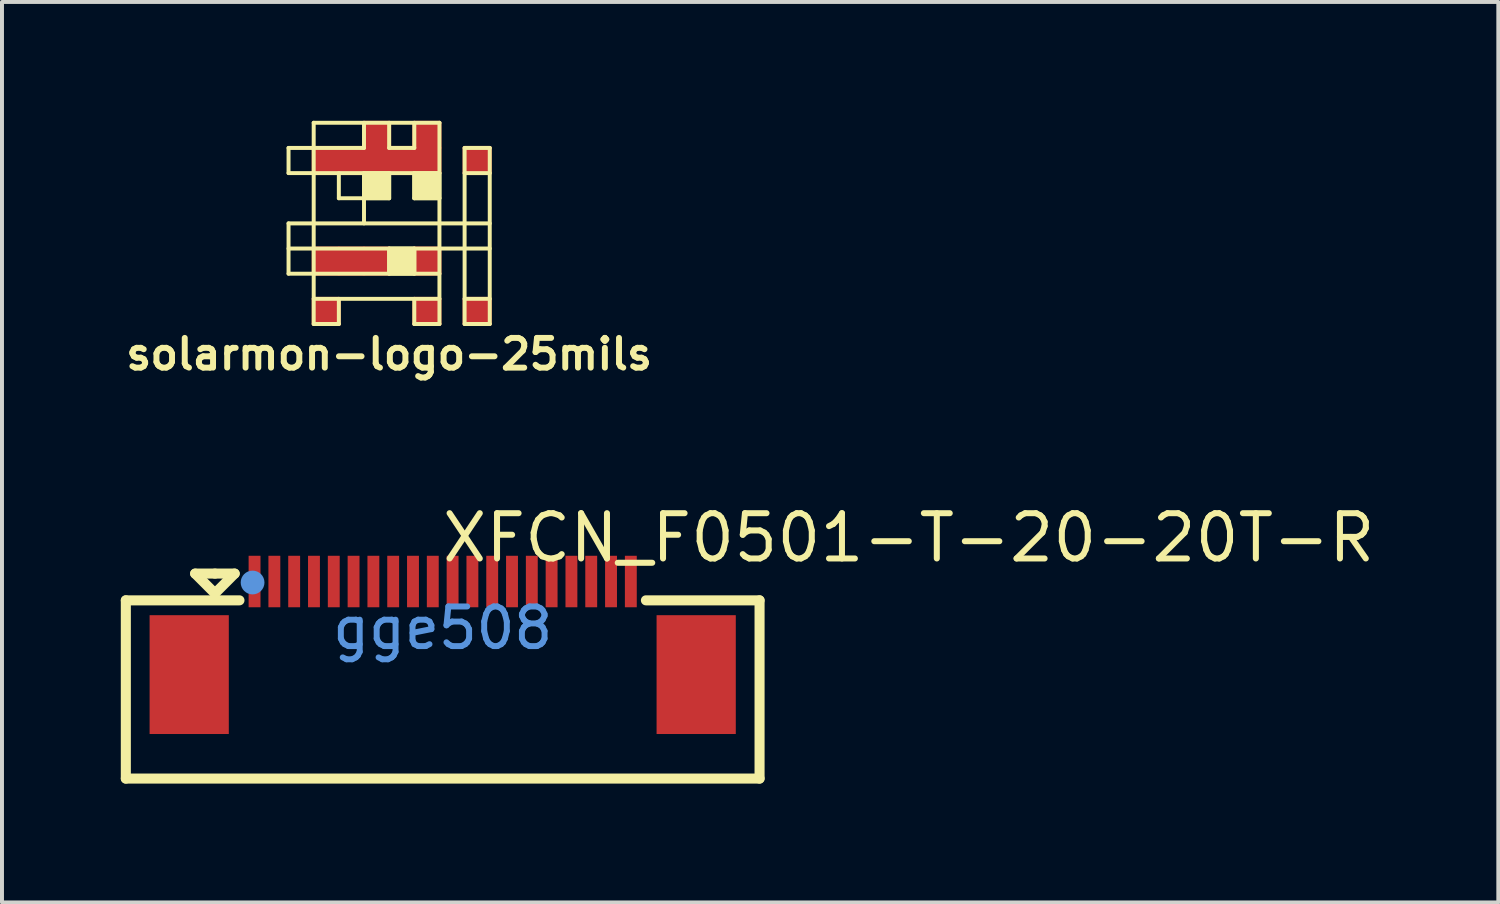
<source format=kicad_pcb>
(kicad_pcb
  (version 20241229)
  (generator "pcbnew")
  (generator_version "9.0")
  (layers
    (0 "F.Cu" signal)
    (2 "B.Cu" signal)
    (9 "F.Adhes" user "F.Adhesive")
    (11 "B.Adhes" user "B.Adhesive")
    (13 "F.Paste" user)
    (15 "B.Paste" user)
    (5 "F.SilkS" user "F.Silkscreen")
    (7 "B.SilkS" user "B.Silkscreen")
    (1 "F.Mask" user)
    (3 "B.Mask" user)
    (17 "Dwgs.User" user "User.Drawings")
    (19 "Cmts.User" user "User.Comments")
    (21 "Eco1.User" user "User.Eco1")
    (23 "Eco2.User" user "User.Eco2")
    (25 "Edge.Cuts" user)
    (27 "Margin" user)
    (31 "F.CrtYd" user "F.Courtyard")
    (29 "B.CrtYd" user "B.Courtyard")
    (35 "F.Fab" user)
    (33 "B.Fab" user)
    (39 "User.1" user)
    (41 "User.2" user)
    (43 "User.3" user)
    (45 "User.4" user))
  (footprint "XFCN_F0501-T-20-20T-R"
    (layer "F.Cu")
    (at 8.127 12.807)
    (property "Reference" "XFCN_F0501-T-20-20T-R" (at -0.089 -2.278 0) (layer "F.SilkS") (effects (font (size 1.143 1.143) (thickness 0.152)) (justify left)))
    (attr smd)
    (fp_line (start -8 -0.7) (end -8 3.8) (stroke (width 0.254) (type solid)) (layer "F.SilkS"))
    (fp_line (start -8 3.8) (end 8 3.8) (stroke (width 0.254) (type solid)) (layer "F.SilkS"))
    (fp_line (start -6.25 -1.375) (end -5.75 -1.375) (stroke (width 0.254) (type solid)) (layer "F.SilkS"))
    (fp_line (start -5.75 -1.375) (end -5.252 -1.375) (stroke (width 0.254) (type solid)) (layer "F.SilkS"))
    (fp_line (start -5.75 -0.875) (end -6.25 -1.375) (stroke (width 0.254) (type solid)) (layer "F.SilkS"))
    (fp_line (start -5.252 -1.375) (end -5.75 -0.875) (stroke (width 0.254) (type solid)) (layer "F.SilkS"))
    (fp_line (start -5.131 -0.7) (end -8 -0.7) (stroke (width 0.254) (type solid)) (layer "F.SilkS"))
    (fp_line (start 8 -0.7) (end 5.131 -0.7) (stroke (width 0.254) (type solid)) (layer "F.SilkS"))
    (fp_line (start 8 3.8) (end 8 -0.7) (stroke (width 0.254) (type solid)) (layer "F.SilkS"))
    (fp_circle (center -4.8 -1.15) (end -4.65 -1.15) (stroke (width 0.3) (type solid)) (fill no) (layer "Cmts.User"))
    (fp_text user "gge508" (at 0 0 0) (layer "Cmts.User") (effects (font (size 1 1) (thickness 0.15))))
    (pad "1" smd rect (at -4.75 -1.175) (size 0.3 1.3) (layers "F.Cu" "F.Mask" "F.Paste"))
    (pad "2" smd rect (at -4.25 -1.175) (size 0.3 1.3) (layers "F.Cu" "F.Mask" "F.Paste"))
    (pad "3" smd rect (at -3.75 -1.175) (size 0.3 1.3) (layers "F.Cu" "F.Mask" "F.Paste"))
    (pad "4" smd rect (at -3.25 -1.175) (size 0.3 1.3) (layers "F.Cu" "F.Mask" "F.Paste"))
    (pad "5" smd rect (at -2.75 -1.175) (size 0.3 1.3) (layers "F.Cu" "F.Mask" "F.Paste"))
    (pad "6" smd rect (at -2.25 -1.175) (size 0.3 1.3) (layers "F.Cu" "F.Mask" "F.Paste"))
    (pad "7" smd rect (at -1.75 -1.175) (size 0.3 1.3) (layers "F.Cu" "F.Mask" "F.Paste"))
    (pad "8" smd rect (at -1.25 -1.175) (size 0.3 1.3) (layers "F.Cu" "F.Mask" "F.Paste"))
    (pad "9" smd rect (at -0.75 -1.175) (size 0.3 1.3) (layers "F.Cu" "F.Mask" "F.Paste"))
    (pad "10" smd rect (at -0.25 -1.175) (size 0.3 1.3) (layers "F.Cu" "F.Mask" "F.Paste"))
    (pad "11" smd rect (at 0.25 -1.175) (size 0.3 1.3) (layers "F.Cu" "F.Mask" "F.Paste"))
    (pad "12" smd rect (at 0.75 -1.175) (size 0.3 1.3) (layers "F.Cu" "F.Mask" "F.Paste"))
    (pad "13" smd rect (at 1.25 -1.175) (size 0.3 1.3) (layers "F.Cu" "F.Mask" "F.Paste"))
    (pad "14" smd rect (at 1.75 -1.175) (size 0.3 1.3) (layers "F.Cu" "F.Mask" "F.Paste"))
    (pad "15" smd rect (at 2.25 -1.175) (size 0.3 1.3) (layers "F.Cu" "F.Mask" "F.Paste"))
    (pad "16" smd rect (at 2.75 -1.175) (size 0.3 1.3) (layers "F.Cu" "F.Mask" "F.Paste"))
    (pad "17" smd rect (at 3.25 -1.175) (size 0.3 1.3) (layers "F.Cu" "F.Mask" "F.Paste"))
    (pad "18" smd rect (at 3.75 -1.175) (size 0.3 1.3) (layers "F.Cu" "F.Mask" "F.Paste"))
    (pad "19" smd rect (at 4.25 -1.175) (size 0.3 1.3) (layers "F.Cu" "F.Mask" "F.Paste"))
    (pad "20" smd rect (at 4.75 -1.175) (size 0.3 1.3) (layers "F.Cu" "F.Mask" "F.Paste"))
    (pad "MP" smd rect (at -6.4 1.175) (size 2 3) (layers "F.Cu" "F.Mask" "F.Paste"))
    (pad "MP" smd rect (at 6.4 1.175) (size 2 3) (layers "F.Cu" "F.Mask" "F.Paste")))
  (footprint "solarmon-logo-25mils"
    (layer "F.Cu")
    (at 6.775 3.225)
    (property "Reference" "solarmon-logo-25mils" (at 0 2.667 0) (layer "F.SilkS") (effects (font (size 0.75 0.75) (thickness 0.15))))
    (attr through_hole)
    (fp_poly (pts (xy -1.27 -1.905) (xy -1.905 -1.905) (xy -1.905 -2.54) (xy -1.27 -2.54)) (stroke (width 0.1) (type solid)) (fill yes) (layer "F.Cu"))
    (fp_poly (pts (xy -1.27 0.635) (xy -1.905 0.635) (xy -1.905 0) (xy -1.27 0)) (stroke (width 0.1) (type solid)) (fill yes) (layer "F.Cu"))
    (fp_poly (pts (xy -1.27 1.905) (xy -1.905 1.905) (xy -1.905 1.27) (xy -1.27 1.27)) (stroke (width 0.1) (type solid)) (fill yes) (layer "F.Cu"))
    (fp_poly (pts (xy -0.635 -1.905) (xy -1.27 -1.905) (xy -1.27 -2.54) (xy -0.635 -2.54)) (stroke (width 0.1) (type solid)) (fill yes) (layer "F.Cu"))
    (fp_poly (pts (xy -0.635 0.635) (xy -1.27 0.635) (xy -1.27 0) (xy -0.635 0)) (stroke (width 0.1) (type solid)) (fill yes) (layer "F.Cu"))
    (fp_poly (pts (xy 0 -2.54) (xy -0.635 -2.54) (xy -0.635 -3.175) (xy 0 -3.175)) (stroke (width 0.1) (type solid)) (fill yes) (layer "F.Cu"))
    (fp_poly (pts (xy 0 -1.905) (xy -0.635 -1.905) (xy -0.635 -2.54) (xy 0 -2.54)) (stroke (width 0.1) (type solid)) (fill yes) (layer "F.Cu"))
    (fp_poly (pts (xy 0 0.635) (xy -0.635 0.635) (xy -0.635 0) (xy 0 0)) (stroke (width 0.1) (type solid)) (fill yes) (layer "F.Cu"))
    (fp_poly (pts (xy 0.635 -1.905) (xy 0 -1.905) (xy 0 -2.54) (xy 0.635 -2.54)) (stroke (width 0.1) (type solid)) (fill yes) (layer "F.Cu"))
    (fp_poly (pts (xy 1.27 -2.54) (xy 0.635 -2.54) (xy 0.635 -3.175) (xy 1.27 -3.175)) (stroke (width 0.1) (type solid)) (fill yes) (layer "F.Cu"))
    (fp_poly (pts (xy 1.27 -1.905) (xy 0.635 -1.905) (xy 0.635 -2.54) (xy 1.27 -2.54)) (stroke (width 0.1) (type solid)) (fill yes) (layer "F.Cu"))
    (fp_poly (pts (xy 1.27 0.635) (xy 0.635 0.635) (xy 0.635 0) (xy 1.27 0)) (stroke (width 0.1) (type solid)) (fill yes) (layer "F.Cu"))
    (fp_poly (pts (xy 1.27 1.905) (xy 0.635 1.905) (xy 0.635 1.27) (xy 1.27 1.27)) (stroke (width 0.1) (type solid)) (fill yes) (layer "F.Cu"))
    (fp_poly (pts (xy 2.54 -1.905) (xy 1.905 -1.905) (xy 1.905 -2.54) (xy 2.54 -2.54)) (stroke (width 0.1) (type solid)) (fill yes) (layer "F.Cu"))
    (fp_poly (pts (xy 2.54 1.905) (xy 1.905 1.905) (xy 1.905 1.27) (xy 2.54 1.27)) (stroke (width 0.1) (type solid)) (fill yes) (layer "F.Cu"))
    (fp_poly (pts (xy -1.905 0.635) (xy -2.54 0.635) (xy -2.54 0) (xy -1.905 0)) (stroke (width 0.1) (type solid)) (fill yes) (layer "F.Mask"))
    (fp_poly (pts (xy -1.27 -1.905) (xy -1.905 -1.905) (xy -1.905 -2.54) (xy -1.27 -2.54)) (stroke (width 0.1) (type solid)) (fill yes) (layer "F.Mask"))
    (fp_poly (pts (xy -1.27 1.905) (xy -1.905 1.905) (xy -1.905 1.27) (xy -1.27 1.27)) (stroke (width 0.1) (type solid)) (fill yes) (layer "F.Mask"))
    (fp_poly (pts (xy -0.635 -1.905) (xy -1.27 -1.905) (xy -1.27 -2.54) (xy -0.635 -2.54)) (stroke (width 0.1) (type solid)) (fill yes) (layer "F.Mask"))
    (fp_poly (pts (xy -0.635 -1.27) (xy -1.27 -1.27) (xy -1.27 -1.905) (xy -0.635 -1.905)) (stroke (width 0.1) (type solid)) (fill yes) (layer "F.Mask"))
    (fp_poly (pts (xy 0 -2.54) (xy -0.635 -2.54) (xy -0.635 -3.175) (xy 0 -3.175)) (stroke (width 0.1) (type solid)) (fill yes) (layer "F.Mask"))
    (fp_poly (pts (xy 0 -1.905) (xy -0.635 -1.905) (xy -0.635 -2.54) (xy 0 -2.54)) (stroke (width 0.1) (type solid)) (fill yes) (layer "F.Mask"))
    (fp_poly (pts (xy 0 -0.635) (xy -0.635 -0.635) (xy -0.635 -1.27) (xy 0 -1.27)) (stroke (width 0.1) (type solid)) (fill yes) (layer "F.Mask"))
    (fp_poly (pts (xy 0.635 -1.905) (xy 0 -1.905) (xy 0 -2.54) (xy 0.635 -2.54)) (stroke (width 0.1) (type solid)) (fill yes) (layer "F.Mask"))
    (fp_poly (pts (xy 0.635 -1.27) (xy 0 -1.27) (xy 0 -1.905) (xy 0.635 -1.905)) (stroke (width 0.1) (type solid)) (fill yes) (layer "F.Mask"))
    (fp_poly (pts (xy 0.635 -0.635) (xy 0 -0.635) (xy 0 -1.27) (xy 0.635 -1.27)) (stroke (width 0.1) (type solid)) (fill yes) (layer "F.Mask"))
    (fp_poly (pts (xy 1.27 -2.54) (xy 0.635 -2.54) (xy 0.635 -3.175) (xy 1.27 -3.175)) (stroke (width 0.1) (type solid)) (fill yes) (layer "F.Mask"))
    (fp_poly (pts (xy 1.27 -1.905) (xy 0.635 -1.905) (xy 0.635 -2.54) (xy 1.27 -2.54)) (stroke (width 0.1) (type solid)) (fill yes) (layer "F.Mask"))
    (fp_poly (pts (xy 1.27 -0.635) (xy 0.635 -0.635) (xy 0.635 -1.27) (xy 1.27 -1.27)) (stroke (width 0.1) (type solid)) (fill yes) (layer "F.Mask"))
    (fp_poly (pts (xy 1.27 1.905) (xy 0.635 1.905) (xy 0.635 1.27) (xy 1.27 1.27)) (stroke (width 0.1) (type solid)) (fill yes) (layer "F.Mask"))
    (fp_poly (pts (xy 2.54 -1.905) (xy 1.905 -1.905) (xy 1.905 -2.54) (xy 2.54 -2.54)) (stroke (width 0.1) (type solid)) (fill yes) (layer "F.Mask"))
    (fp_poly (pts (xy 2.54 0) (xy 1.905 0) (xy 1.905 -0.635) (xy 2.54 -0.635)) (stroke (width 0.1) (type solid)) (fill yes) (layer "F.Mask"))
    (fp_poly (pts (xy 2.54 1.905) (xy 1.905 1.905) (xy 1.905 1.27) (xy 2.54 1.27)) (stroke (width 0.1) (type solid)) (fill yes) (layer "F.Mask"))
    (fp_line (start -2.54 -2.54) (end -0.635 -2.54) (stroke (width 0.1) (type solid)) (layer "F.SilkS"))
    (fp_line (start -2.54 -1.905) (end -2.54 -2.54) (stroke (width 0.1) (type solid)) (layer "F.SilkS"))
    (fp_line (start -2.54 -0.635) (end 2.54 -0.635) (stroke (width 0.1) (type solid)) (layer "F.SilkS"))
    (fp_line (start -2.54 0) (end 2.54 0) (stroke (width 0.1) (type solid)) (layer "F.SilkS"))
    (fp_line (start -2.54 0.635) (end -2.54 -0.635) (stroke (width 0.1) (type solid)) (layer "F.SilkS"))
    (fp_line (start -2.54 0.635) (end 1.27 0.635) (stroke (width 0.1) (type solid)) (layer "F.SilkS"))
    (fp_line (start -1.905 -3.175) (end -1.905 1.905) (stroke (width 0.1) (type solid)) (layer "F.SilkS"))
    (fp_line (start -1.905 -3.175) (end 1.27 -3.175) (stroke (width 0.1) (type solid)) (layer "F.SilkS"))
    (fp_line (start -1.905 1.27) (end 1.27 1.27) (stroke (width 0.1) (type solid)) (layer "F.SilkS"))
    (fp_line (start -1.905 1.905) (end -1.27 1.905) (stroke (width 0.1) (type solid)) (layer "F.SilkS"))
    (fp_line (start -1.27 -1.905) (end -1.27 -1.27) (stroke (width 0.1) (type solid)) (layer "F.SilkS"))
    (fp_line (start -1.27 -1.27) (end 0 -1.27) (stroke (width 0.1) (type solid)) (layer "F.SilkS"))
    (fp_line (start -1.27 1.27) (end -1.27 1.905) (stroke (width 0.1) (type solid)) (layer "F.SilkS"))
    (fp_line (start -0.635 -3.175) (end -0.635 -2.54) (stroke (width 0.1) (type solid)) (layer "F.SilkS"))
    (fp_line (start -0.635 -1.905) (end -0.635 -0.635) (stroke (width 0.1) (type solid)) (layer "F.SilkS"))
    (fp_line (start 0 -3.175) (end 0 -2.54) (stroke (width 0.1) (type solid)) (layer "F.SilkS"))
    (fp_line (start 0 -2.54) (end 0.635 -2.54) (stroke (width 0.1) (type solid)) (layer "F.SilkS"))
    (fp_line (start 0 -1.905) (end 0 -1.27) (stroke (width 0.1) (type solid)) (layer "F.SilkS"))
    (fp_line (start 0 0) (end 0 0.635) (stroke (width 0.1) (type solid)) (layer "F.SilkS"))
    (fp_line (start 0.635 -3.175) (end 0.635 -2.54) (stroke (width 0.1) (type solid)) (layer "F.SilkS"))
    (fp_line (start 0.635 -1.905) (end 0.635 -1.27) (stroke (width 0.1) (type solid)) (layer "F.SilkS"))
    (fp_line (start 0.635 -1.27) (end 1.27 -1.27) (stroke (width 0.1) (type solid)) (layer "F.SilkS"))
    (fp_line (start 0.635 0) (end 0.635 0.635) (stroke (width 0.1) (type solid)) (layer "F.SilkS"))
    (fp_line (start 0.635 1.27) (end 0.635 1.905) (stroke (width 0.1) (type solid)) (layer "F.SilkS"))
    (fp_line (start 0.635 1.905) (end 1.27 1.905) (stroke (width 0.1) (type solid)) (layer "F.SilkS"))
    (fp_line (start 1.27 -3.175) (end 1.27 1.905) (stroke (width 0.1) (type solid)) (layer "F.SilkS"))
    (fp_line (start 1.27 -1.905) (end -2.54 -1.905) (stroke (width 0.1) (type solid)) (layer "F.SilkS"))
    (fp_line (start 1.905 -2.54) (end 1.905 1.905) (stroke (width 0.1) (type solid)) (layer "F.SilkS"))
    (fp_line (start 1.905 -2.54) (end 2.54 -2.54) (stroke (width 0.1) (type solid)) (layer "F.SilkS"))
    (fp_line (start 1.905 -1.905) (end 2.54 -1.905) (stroke (width 0.1) (type solid)) (layer "F.SilkS"))
    (fp_line (start 1.905 1.27) (end 2.54 1.27) (stroke (width 0.1) (type solid)) (layer "F.SilkS"))
    (fp_line (start 1.905 1.905) (end 2.54 1.905) (stroke (width 0.1) (type solid)) (layer "F.SilkS"))
    (fp_line (start 2.54 -2.54) (end 2.54 1.905) (stroke (width 0.1) (type solid)) (layer "F.SilkS"))
    (fp_poly (pts (xy 0 -1.27) (xy -0.635 -1.27) (xy -0.635 -1.905) (xy 0 -1.905)) (stroke (width 0.1) (type solid)) (fill yes) (layer "F.SilkS"))
    (fp_poly (pts (xy 0.635 0.635) (xy 0 0.635) (xy 0 0) (xy 0.635 0)) (stroke (width 0.1) (type solid)) (fill yes) (layer "F.SilkS"))
    (fp_poly (pts (xy 1.27 -1.27) (xy 0.635 -1.27) (xy 0.635 -1.905) (xy 1.27 -1.905)) (stroke (width 0.1) (type solid)) (fill yes) (layer "F.SilkS")))
  (gr_rect
    (start -3 -3)
    (end 34.779 19.734)
    (stroke (width 0.1) (type default))
    (fill no)
    (layer "Edge.Cuts")))
</source>
